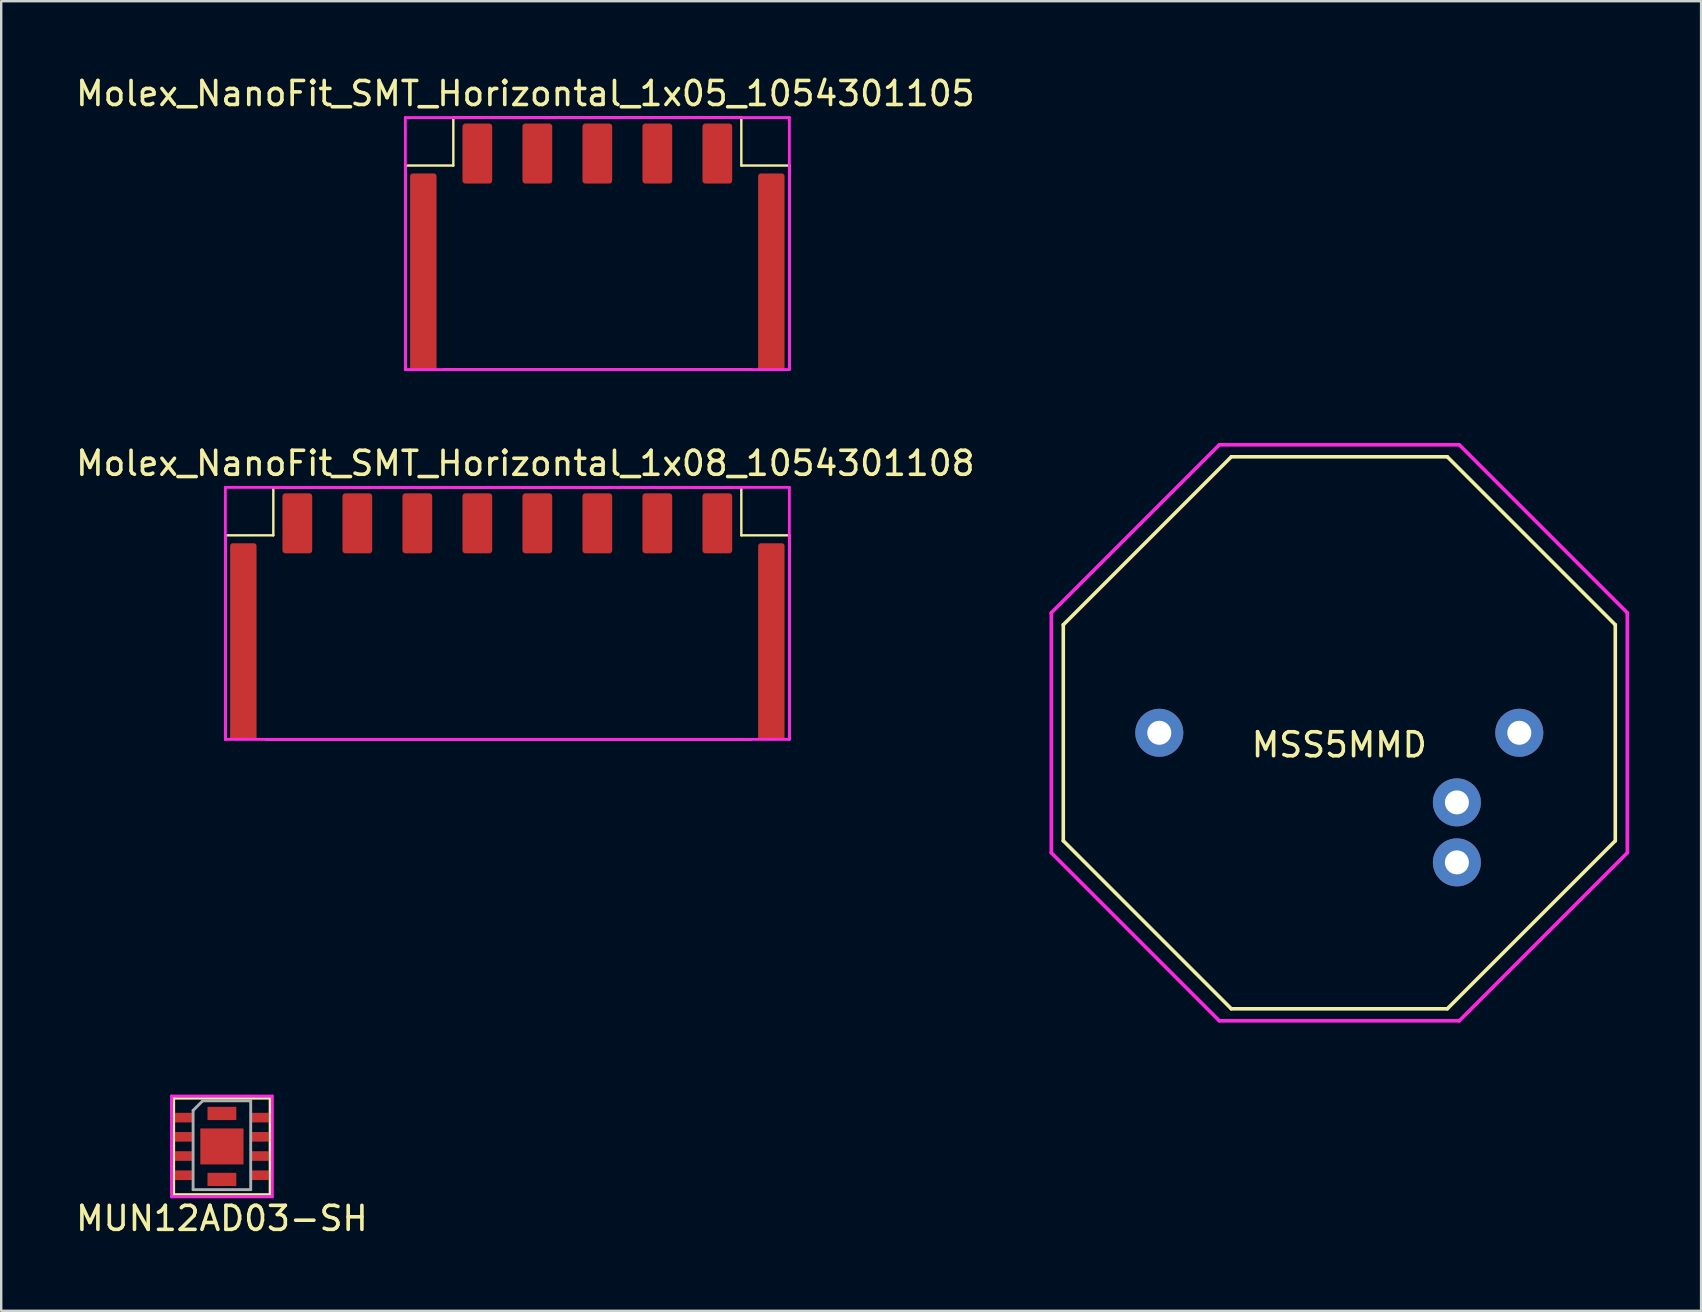
<source format=kicad_pcb>
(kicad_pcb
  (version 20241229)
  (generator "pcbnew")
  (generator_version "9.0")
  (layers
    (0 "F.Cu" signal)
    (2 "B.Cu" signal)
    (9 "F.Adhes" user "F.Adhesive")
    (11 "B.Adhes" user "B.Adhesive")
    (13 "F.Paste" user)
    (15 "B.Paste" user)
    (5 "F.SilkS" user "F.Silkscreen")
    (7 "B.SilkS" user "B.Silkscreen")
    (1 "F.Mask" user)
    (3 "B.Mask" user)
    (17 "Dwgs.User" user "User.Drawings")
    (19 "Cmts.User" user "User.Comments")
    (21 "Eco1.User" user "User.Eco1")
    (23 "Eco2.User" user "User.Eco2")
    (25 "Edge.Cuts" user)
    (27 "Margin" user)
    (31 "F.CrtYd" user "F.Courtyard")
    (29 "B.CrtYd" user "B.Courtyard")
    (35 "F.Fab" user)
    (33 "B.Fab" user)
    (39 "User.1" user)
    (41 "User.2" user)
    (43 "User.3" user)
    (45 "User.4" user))
  (footprint "MUN12AD03-SH"
    (layer "F.Cu")
    (at 6.196 44.718)
    (property "Reference" "MUN12AD03-SH" (at 0 3 0) (layer "F.SilkS") (effects (font (size 1 1) (thickness 0.15))))
    (attr through_hole)
    (fp_line (start -2 -2) (end 2 -2) (stroke (width 0.1) (type solid)) (layer "F.SilkS"))
    (fp_line (start -2 2) (end -2 -2) (stroke (width 0.1) (type solid)) (layer "F.SilkS"))
    (fp_line (start 2 -2) (end 2 2) (stroke (width 0.1) (type solid)) (layer "F.SilkS"))
    (fp_line (start 2 2) (end -2 2) (stroke (width 0.1) (type solid)) (layer "F.SilkS"))
    (fp_line (start -2.1 -2.1) (end 2.1 -2.1) (stroke (width 0.12) (type solid)) (layer "F.CrtYd"))
    (fp_line (start -2.1 2.1) (end -2.1 -2.1) (stroke (width 0.12) (type solid)) (layer "F.CrtYd"))
    (fp_line (start 2.1 -2.1) (end 2.1 2.1) (stroke (width 0.12) (type solid)) (layer "F.CrtYd"))
    (fp_line (start 2.1 2.1) (end -2.1 2.1) (stroke (width 0.12) (type solid)) (layer "F.CrtYd"))
    (fp_line (start -1.2 -1.5) (end -0.8 -1.9) (stroke (width 0.12) (type solid)) (layer "F.Fab"))
    (fp_line (start -1.2 1.8) (end -1.2 -1.5) (stroke (width 0.12) (type solid)) (layer "F.Fab"))
    (fp_line (start -0.8 -1.9) (end 1.2 -1.9) (stroke (width 0.12) (type solid)) (layer "F.Fab"))
    (fp_line (start 1.2 -1.9) (end 1.2 1.8) (stroke (width 0.12) (type solid)) (layer "F.Fab"))
    (fp_line (start 1.2 1.8) (end -1.2 1.8) (stroke (width 0.12) (type solid)) (layer "F.Fab"))
    (pad "1" smd rect (at -1.6 -1.2) (size 0.7 0.4) (layers "F.Cu" "F.Mask" "F.Paste"))
    (pad "2" smd rect (at -1.6 -0.4) (size 0.7 0.4) (layers "F.Cu" "F.Mask" "F.Paste"))
    (pad "3" smd rect (at -1.6 0.4) (size 0.7 0.4) (layers "F.Cu" "F.Mask" "F.Paste"))
    (pad "4" smd rect (at -1.6 1.2) (size 0.7 0.4) (layers "F.Cu" "F.Mask" "F.Paste"))
    (pad "5" smd rect (at 1.6 1.2) (size 0.7 0.4) (layers "F.Cu" "F.Mask" "F.Paste"))
    (pad "6" smd rect (at 1.6 0.4) (size 0.7 0.4) (layers "F.Cu" "F.Mask" "F.Paste"))
    (pad "7" smd rect (at 1.6 -0.4) (size 0.7 0.4) (layers "F.Cu" "F.Mask" "F.Paste"))
    (pad "8" smd rect (at 1.6 -1.2) (size 0.7 0.4) (layers "F.Cu" "F.Mask" "F.Paste"))
    (pad "9" smd rect (at 0 1.375) (size 1.2 0.55) (layers "F.Cu" "F.Mask" "F.Paste"))
    (pad "10" smd rect (at 0 0) (size 1.8 1.5) (layers "F.Cu" "F.Mask" "F.Paste"))
    (pad "11" smd rect (at 0 -1.375) (size 1.2 0.55) (layers "F.Cu" "F.Mask" "F.Paste")))
  (footprint "Molex_NanoFit_SMT_Horizontal_1x05_1054301105"
    (layer "F.Cu")
    (at 26.839 3.348)
    (property "Reference" "Molex_NanoFit_SMT_Horizontal_1x05_1054301105" (at -8 -2.5 0) (unlocked yes) (layer "F.SilkS") (effects (font (size 1 1) (thickness 0.15))))
    (fp_line (start -13 0.5) (end -13 9) (stroke (width 0.1) (type solid)) (layer "F.SilkS"))
    (fp_line (start -11.4 9) (end 1.4 9) (stroke (width 0.1) (type solid)) (layer "F.SilkS"))
    (fp_line (start -11 -1.5) (end -11 0.5) (stroke (width 0.1) (type solid)) (layer "F.SilkS"))
    (fp_line (start -11 0.5) (end -13 0.5) (stroke (width 0.1) (type solid)) (layer "F.SilkS"))
    (fp_line (start 1 -1.5) (end -11 -1.5) (stroke (width 0.1) (type solid)) (layer "F.SilkS"))
    (fp_line (start 1 0.5) (end 1 -1.5) (stroke (width 0.1) (type solid)) (layer "F.SilkS"))
    (fp_line (start 3 0.5) (end 1 0.5) (stroke (width 0.1) (type solid)) (layer "F.SilkS"))
    (fp_line (start 3 9) (end 3 0.5) (stroke (width 0.1) (type solid)) (layer "F.SilkS"))
    (fp_line (start -13 -1.5) (end -13 9) (stroke (width 0.12) (type solid)) (layer "F.CrtYd"))
    (fp_line (start -13 9) (end 3 9) (stroke (width 0.12) (type solid)) (layer "F.CrtYd"))
    (fp_line (start 3 -1.5) (end -13 -1.5) (stroke (width 0.12) (type solid)) (layer "F.CrtYd"))
    (fp_line (start 3 9) (end 3 -1.5) (stroke (width 0.12) (type solid)) (layer "F.CrtYd"))
    (pad "" smd roundrect (at -12.25 4.93) (size 1.1 8.2) (layers "F.Cu" "F.Mask" "F.Paste") (roundrect_rratio 0.1))
    (pad "" smd roundrect (at 2.25 4.93) (size 1.1 8.2) (layers "F.Cu" "F.Mask" "F.Paste") (roundrect_rratio 0.1))
    (pad "1" smd roundrect (at 0 0) (size 1.24 2.5) (layers "F.Cu" "F.Mask" "F.Paste") (roundrect_rratio 0.1))
    (pad "2" smd roundrect (at -2.5 0) (size 1.24 2.5) (layers "F.Cu" "F.Mask" "F.Paste") (roundrect_rratio 0.1))
    (pad "3" smd roundrect (at -5 0) (size 1.24 2.5) (layers "F.Cu" "F.Mask" "F.Paste") (roundrect_rratio 0.1))
    (pad "4" smd roundrect (at -7.5 0) (size 1.24 2.5) (layers "F.Cu" "F.Mask" "F.Paste") (roundrect_rratio 0.1))
    (pad "5" smd roundrect (at -10 0) (size 1.24 2.5) (layers "F.Cu" "F.Mask" "F.Paste") (roundrect_rratio 0.1)))
  (footprint "Molex_NanoFit_SMT_Horizontal_1x08_1054301108"
    (layer "F.Cu")
    (at 26.839 18.756)
    (property "Reference" "Molex_NanoFit_SMT_Horizontal_1x08_1054301108" (at -8 -2.5 0) (unlocked yes) (layer "F.SilkS") (effects (font (size 1 1) (thickness 0.15))))
    (fp_line (start -20.5 0.5) (end -20.5 9) (stroke (width 0.1) (type solid)) (layer "F.SilkS"))
    (fp_line (start -18.8 9) (end 1.4 9) (stroke (width 0.1) (type solid)) (layer "F.SilkS"))
    (fp_line (start -18.5 -1.5) (end -18.5 0.5) (stroke (width 0.1) (type solid)) (layer "F.SilkS"))
    (fp_line (start -18.5 0.5) (end -20.5 0.5) (stroke (width 0.1) (type solid)) (layer "F.SilkS"))
    (fp_line (start 1 -1.5) (end -18.5 -1.5) (stroke (width 0.1) (type solid)) (layer "F.SilkS"))
    (fp_line (start 1 0.5) (end 1 -1.5) (stroke (width 0.1) (type solid)) (layer "F.SilkS"))
    (fp_line (start 3 0.5) (end 1 0.5) (stroke (width 0.1) (type solid)) (layer "F.SilkS"))
    (fp_line (start 3 9) (end 3 0.5) (stroke (width 0.1) (type solid)) (layer "F.SilkS"))
    (fp_line (start -20.5 -1.5) (end -20.5 9) (stroke (width 0.12) (type solid)) (layer "F.CrtYd"))
    (fp_line (start -20.5 9) (end 3 9) (stroke (width 0.12) (type solid)) (layer "F.CrtYd"))
    (fp_line (start 3 -1.5) (end -20.5 -1.5) (stroke (width 0.12) (type solid)) (layer "F.CrtYd"))
    (fp_line (start 3 9) (end 3 -1.5) (stroke (width 0.12) (type solid)) (layer "F.CrtYd"))
    (pad "" smd roundrect (at -19.75 4.93) (size 1.1 8.2) (layers "F.Cu" "F.Mask" "F.Paste") (roundrect_rratio 0.1))
    (pad "" smd roundrect (at 2.25 4.93) (size 1.1 8.2) (layers "F.Cu" "F.Mask" "F.Paste") (roundrect_rratio 0.1))
    (pad "1" smd roundrect (at 0 0) (size 1.24 2.5) (layers "F.Cu" "F.Mask" "F.Paste") (roundrect_rratio 0.1))
    (pad "2" smd roundrect (at -2.5 0) (size 1.24 2.5) (layers "F.Cu" "F.Mask" "F.Paste") (roundrect_rratio 0.1))
    (pad "3" smd roundrect (at -5 0) (size 1.24 2.5) (layers "F.Cu" "F.Mask" "F.Paste") (roundrect_rratio 0.1))
    (pad "4" smd roundrect (at -7.5 0) (size 1.24 2.5) (layers "F.Cu" "F.Mask" "F.Paste") (roundrect_rratio 0.1))
    (pad "5" smd roundrect (at -10 0) (size 1.24 2.5) (layers "F.Cu" "F.Mask" "F.Paste") (roundrect_rratio 0.1))
    (pad "6" smd roundrect (at -12.5 0) (size 1.24 2.5) (layers "F.Cu" "F.Mask" "F.Paste") (roundrect_rratio 0.1))
    (pad "7" smd roundrect (at -15 0) (size 1.24 2.5) (layers "F.Cu" "F.Mask" "F.Paste") (roundrect_rratio 0.1))
    (pad "8" smd roundrect (at -17.5 0) (size 1.24 2.5) (layers "F.Cu" "F.Mask" "F.Paste") (roundrect_rratio 0.1)))
  (footprint "MSS5MMD"
    (layer "F.Cu")
    (at 52.754 27.483)
    (property "Reference" "MSS5MMD" (at 0 0.5 0) (layer "F.SilkS") (effects (font (size 1 1) (thickness 0.15))))
    (attr through_hole)
    (fp_line (start -11.5 -4.5) (end -4.5 -11.5) (stroke (width 0.15) (type solid)) (layer "F.SilkS"))
    (fp_line (start -11.5 4.5) (end -11.5 -4.5) (stroke (width 0.15) (type solid)) (layer "F.SilkS"))
    (fp_line (start -4.5 -11.5) (end 4.5 -11.5) (stroke (width 0.15) (type solid)) (layer "F.SilkS"))
    (fp_line (start -4.5 11.5) (end -11.5 4.5) (stroke (width 0.15) (type solid)) (layer "F.SilkS"))
    (fp_line (start 4.5 -11.5) (end 11.5 -4.5) (stroke (width 0.15) (type solid)) (layer "F.SilkS"))
    (fp_line (start 4.5 11.5) (end -4.5 11.5) (stroke (width 0.15) (type solid)) (layer "F.SilkS"))
    (fp_line (start 11.5 -4.5) (end 11.5 4.5) (stroke (width 0.15) (type solid)) (layer "F.SilkS"))
    (fp_line (start 11.5 4.5) (end 4.5 11.5) (stroke (width 0.15) (type solid)) (layer "F.SilkS"))
    (fp_line (start -12 -5) (end -5 -12) (stroke (width 0.15) (type solid)) (layer "F.CrtYd"))
    (fp_line (start -12 5) (end -12 -5) (stroke (width 0.15) (type solid)) (layer "F.CrtYd"))
    (fp_line (start -5 -12) (end 5 -12) (stroke (width 0.15) (type solid)) (layer "F.CrtYd"))
    (fp_line (start -5 12) (end -12 5) (stroke (width 0.15) (type solid)) (layer "F.CrtYd"))
    (fp_line (start 5 -12) (end 12 -5) (stroke (width 0.15) (type solid)) (layer "F.CrtYd"))
    (fp_line (start 5 12) (end -5 12) (stroke (width 0.15) (type solid)) (layer "F.CrtYd"))
    (fp_line (start 12 -5) (end 12 5) (stroke (width 0.15) (type solid)) (layer "F.CrtYd"))
    (fp_line (start 12 5) (end 5 12) (stroke (width 0.15) (type solid)) (layer "F.CrtYd"))
    (pad "1" thru_hole circle (at -7.5 0) (size 2 2) (drill 1) (layers "*.Cu" "*.Mask"))
    (pad "2" thru_hole circle (at 7.5 0) (size 2 2) (drill 1) (layers "*.Cu" "*.Mask"))
    (pad "3" thru_hole circle (at 4.9 2.9) (size 2 2) (drill 1) (layers "*.Cu" "*.Mask"))
    (pad "4" thru_hole circle (at 4.9 5.4) (size 2 2) (drill 1) (layers "*.Cu" "*.Mask")))
  (gr_rect
    (start -3 -3)
    (end 67.829 51.566)
    (stroke (width 0.1) (type default))
    (fill no)
    (layer "Edge.Cuts")))
</source>
